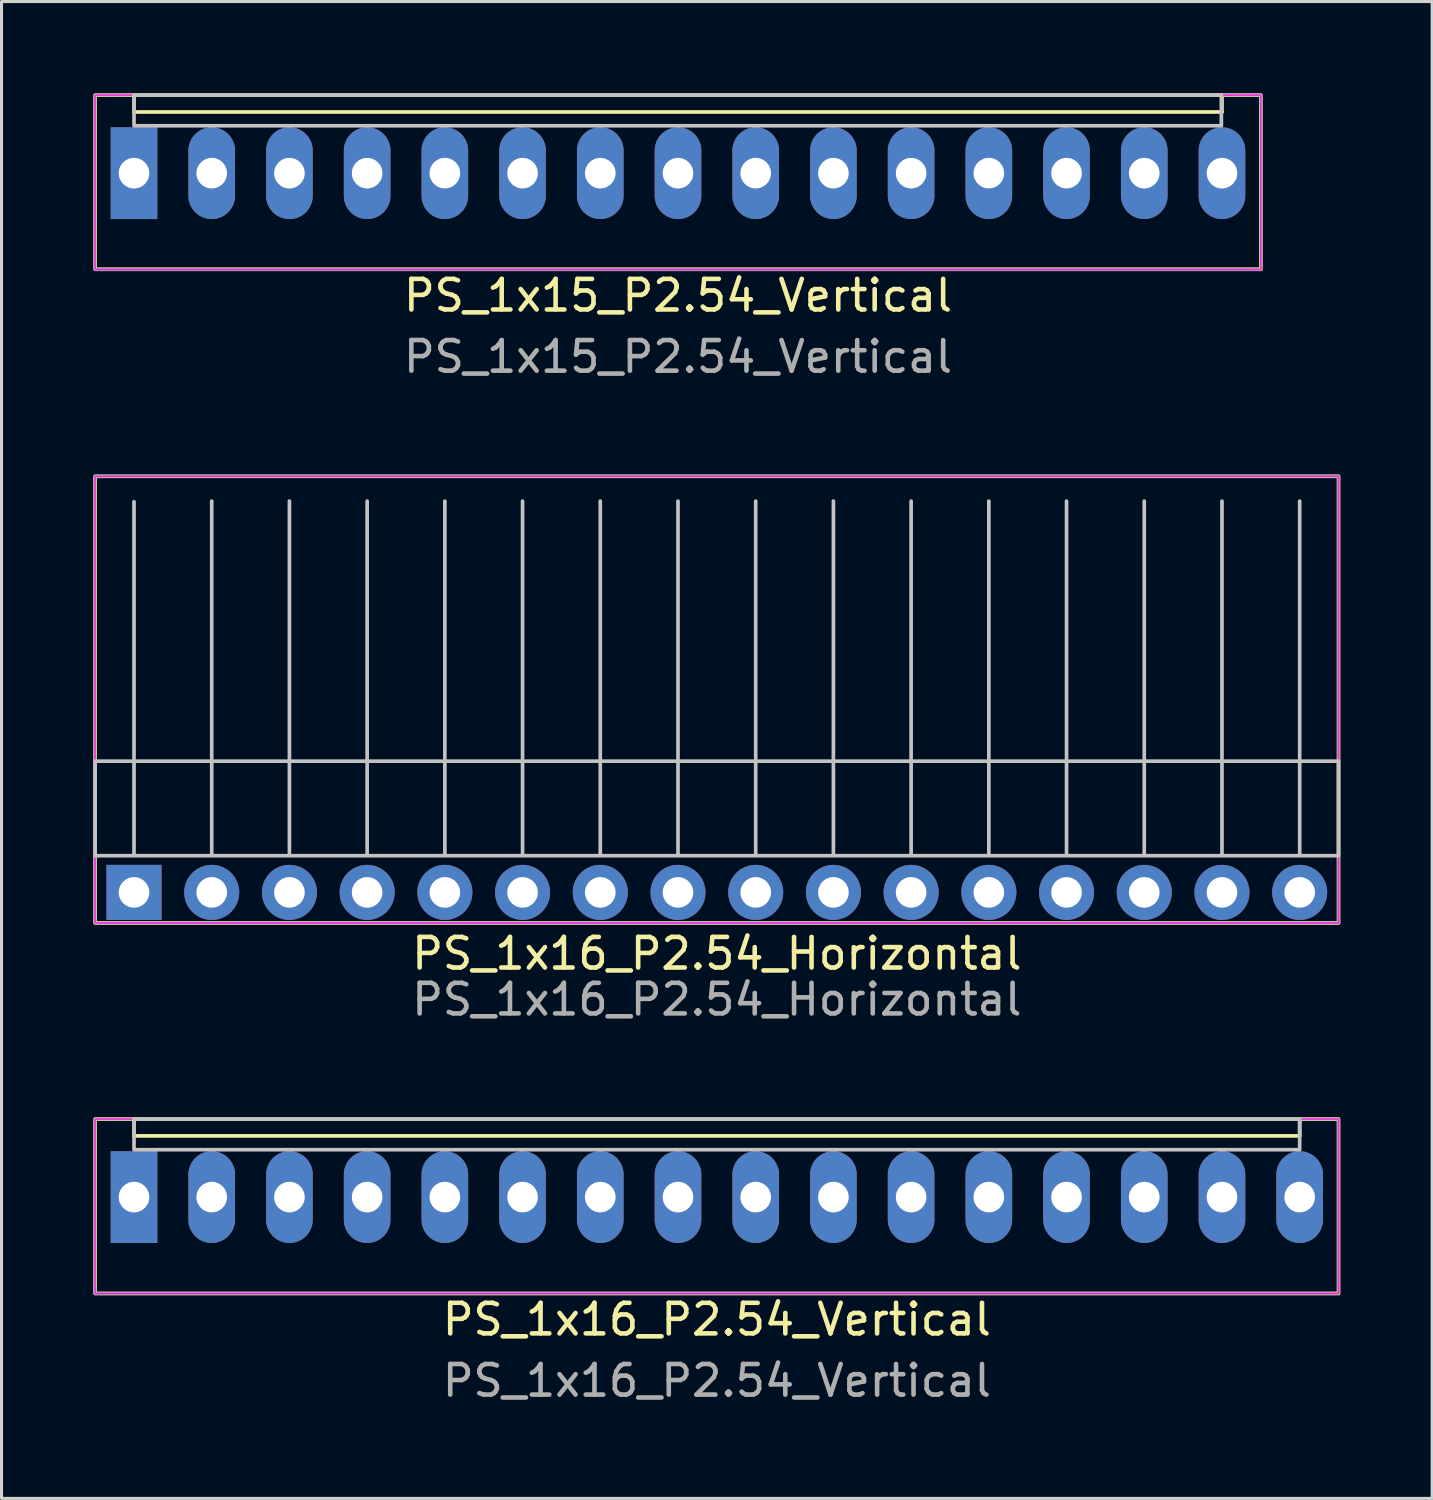
<source format=kicad_pcb>
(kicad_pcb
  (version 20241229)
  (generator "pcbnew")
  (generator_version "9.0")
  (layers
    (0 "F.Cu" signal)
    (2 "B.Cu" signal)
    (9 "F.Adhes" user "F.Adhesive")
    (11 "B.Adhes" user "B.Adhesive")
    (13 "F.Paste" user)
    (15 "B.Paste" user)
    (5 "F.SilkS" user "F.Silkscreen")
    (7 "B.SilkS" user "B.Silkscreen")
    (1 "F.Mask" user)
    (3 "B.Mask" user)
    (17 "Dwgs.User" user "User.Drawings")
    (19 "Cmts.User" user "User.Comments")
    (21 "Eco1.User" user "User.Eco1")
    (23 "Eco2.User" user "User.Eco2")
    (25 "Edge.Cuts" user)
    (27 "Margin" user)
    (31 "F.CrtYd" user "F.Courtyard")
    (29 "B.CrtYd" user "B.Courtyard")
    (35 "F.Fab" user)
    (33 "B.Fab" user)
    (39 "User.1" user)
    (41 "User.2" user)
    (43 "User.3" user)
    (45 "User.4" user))
  (footprint "PS_1x15_P2.54_Vertical"
    (layer "F.Cu")
    (at 1.33 2.61)
    (property "Reference" "PS_1x15_P2.54_Vertical" (at 17.78 4 0) (layer "F.SilkS") (effects (font (size 1 1) (thickness 0.15))))
    (attr through_hole)
    (fp_line (start 0 -2) (end 0 -2.55) (stroke (width 0.12) (type default)) (layer "F.SilkS"))
    (fp_line (start 0 -2) (end 35.56 -2) (stroke (width 0.12) (type default)) (layer "F.SilkS"))
    (fp_line (start 35.56 -2) (end 35.56 -2.55) (stroke (width 0.12) (type default)) (layer "F.SilkS"))
    (fp_rect (start -1.27 -2.55) (end 36.83 3.14) (stroke (width 0.12) (type default)) (fill no) (layer "F.SilkS"))
    (fp_rect (start 0 -2.55) (end 35.54 -1.55) (stroke (width 0.12) (type solid)) (fill no) (layer "Dwgs.User"))
    (fp_rect (start -1.27 -2.55) (end 36.83 3.15) (stroke (width 0.05) (type default)) (fill no) (layer "F.CrtYd"))
    (fp_rect (start -1.27 -2.55) (end 36.83 3.15) (stroke (width 0.1) (type default)) (fill no) (layer "F.Fab"))
    (fp_text user "${REFERENCE}" (at 17.78 6 0) (layer "F.Fab") (effects (font (size 1 1) (thickness 0.15))))
    (pad "1" thru_hole rect (at 0 0) (size 1.524 3) (drill 1) (layers "*.Cu" "*.Mask"))
    (pad "2" thru_hole oval (at 2.54 0) (size 1.524 3) (drill 1) (layers "*.Cu" "*.Mask"))
    (pad "3" thru_hole oval (at 5.08 0) (size 1.524 3) (drill 1) (layers "*.Cu" "*.Mask"))
    (pad "4" thru_hole oval (at 7.62 0) (size 1.524 3) (drill 1) (layers "*.Cu" "*.Mask"))
    (pad "5" thru_hole oval (at 10.16 0) (size 1.524 3) (drill 1) (layers "*.Cu" "*.Mask"))
    (pad "6" thru_hole oval (at 12.7 0) (size 1.524 3) (drill 1) (layers "*.Cu" "*.Mask"))
    (pad "7" thru_hole oval (at 15.24 0) (size 1.524 3) (drill 1) (layers "*.Cu" "*.Mask"))
    (pad "8" thru_hole oval (at 17.78 0) (size 1.524 3) (drill 1) (layers "*.Cu" "*.Mask"))
    (pad "9" thru_hole oval (at 20.32 0) (size 1.524 3) (drill 1) (layers "*.Cu" "*.Mask"))
    (pad "10" thru_hole oval (at 22.86 0) (size 1.524 3) (drill 1) (layers "*.Cu" "*.Mask"))
    (pad "11" thru_hole oval (at 25.4 0) (size 1.524 3) (drill 1) (layers "*.Cu" "*.Mask"))
    (pad "12" thru_hole oval (at 27.94 0) (size 1.524 3) (drill 1) (layers "*.Cu" "*.Mask"))
    (pad "13" thru_hole oval (at 30.48 0) (size 1.524 3) (drill 1) (layers "*.Cu" "*.Mask"))
    (pad "14" thru_hole oval (at 33.02 0) (size 1.524 3) (drill 1) (layers "*.Cu" "*.Mask"))
    (pad "15" thru_hole oval (at 35.56 0) (size 1.524 3) (drill 1) (layers "*.Cu" "*.Mask")))
  (footprint "PS_1x16_P2.54_Horizontal"
    (layer "F.Cu")
    (at 1.33 26.118)
    (property "Reference" "PS_1x16_P2.54_Horizontal" (at 19.05 2 0) (layer "F.SilkS") (effects (font (size 1 1) (thickness 0.15))))
    (attr through_hole)
    (fp_rect (start -1.27 -13.6) (end 39.37 1) (stroke (width 0.12) (type default)) (fill no) (layer "F.SilkS"))
    (fp_line (start 0 -1.27) (end 0 -12.77) (stroke (width 0.12) (type solid)) (layer "Dwgs.User"))
    (fp_line (start 2.54 -1.27) (end 2.54 -12.79) (stroke (width 0.12) (type solid)) (layer "Dwgs.User"))
    (fp_line (start 5.08 -1.27) (end 5.08 -12.79) (stroke (width 0.12) (type solid)) (layer "Dwgs.User"))
    (fp_line (start 7.62 -1.27) (end 7.62 -12.79) (stroke (width 0.12) (type solid)) (layer "Dwgs.User"))
    (fp_line (start 10.16 -1.27) (end 10.16 -12.79) (stroke (width 0.12) (type solid)) (layer "Dwgs.User"))
    (fp_line (start 12.7 -1.27) (end 12.7 -12.79) (stroke (width 0.12) (type solid)) (layer "Dwgs.User"))
    (fp_line (start 15.24 -1.27) (end 15.24 -12.79) (stroke (width 0.12) (type solid)) (layer "Dwgs.User"))
    (fp_line (start 17.78 -1.27) (end 17.78 -12.79) (stroke (width 0.12) (type solid)) (layer "Dwgs.User"))
    (fp_line (start 20.32 -1.27) (end 20.32 -12.79) (stroke (width 0.12) (type solid)) (layer "Dwgs.User"))
    (fp_line (start 22.86 -1.27) (end 22.86 -12.79) (stroke (width 0.12) (type solid)) (layer "Dwgs.User"))
    (fp_line (start 25.4 -1.27) (end 25.4 -12.79) (stroke (width 0.12) (type solid)) (layer "Dwgs.User"))
    (fp_line (start 27.94 -1.27) (end 27.94 -12.79) (stroke (width 0.12) (type solid)) (layer "Dwgs.User"))
    (fp_line (start 30.48 -1.27) (end 30.48 -12.79) (stroke (width 0.12) (type solid)) (layer "Dwgs.User"))
    (fp_line (start 33.02 -1.27) (end 33.02 -12.79) (stroke (width 0.12) (type solid)) (layer "Dwgs.User"))
    (fp_line (start 35.56 -1.27) (end 35.56 -12.79) (stroke (width 0.12) (type solid)) (layer "Dwgs.User"))
    (fp_line (start 38.1 -1.27) (end 38.1 -12.79) (stroke (width 0.12) (type solid)) (layer "Dwgs.User"))
    (fp_rect (start -1.27 -4.29) (end 39.37 -1.2) (stroke (width 0.12) (type solid)) (fill no) (layer "Dwgs.User"))
    (fp_rect (start -1.27 -13.6) (end 39.37 1) (stroke (width 0.05) (type default)) (fill no) (layer "F.CrtYd"))
    (fp_rect (start -1.27 -13.6) (end 39.37 1) (stroke (width 0.1) (type default)) (fill no) (layer "F.Fab"))
    (fp_text user "${REFERENCE}" (at 19.05 3.5 0) (layer "F.Fab") (effects (font (size 1 1) (thickness 0.15))))
    (pad "1" thru_hole rect (at 0 0) (size 1.8 1.8) (drill 1) (layers "*.Cu" "*.Mask"))
    (pad "2" thru_hole circle (at 2.54 0) (size 1.8 1.8) (drill 1) (layers "*.Cu" "*.Mask"))
    (pad "3" thru_hole circle (at 5.08 0) (size 1.8 1.8) (drill 1) (layers "*.Cu" "*.Mask"))
    (pad "4" thru_hole circle (at 7.62 0) (size 1.8 1.8) (drill 1) (layers "*.Cu" "*.Mask"))
    (pad "5" thru_hole circle (at 10.16 0) (size 1.8 1.8) (drill 1) (layers "*.Cu" "*.Mask"))
    (pad "6" thru_hole circle (at 12.7 0) (size 1.8 1.8) (drill 1) (layers "*.Cu" "*.Mask"))
    (pad "7" thru_hole circle (at 15.24 0) (size 1.8 1.8) (drill 1) (layers "*.Cu" "*.Mask"))
    (pad "8" thru_hole circle (at 17.78 0) (size 1.8 1.8) (drill 1) (layers "*.Cu" "*.Mask"))
    (pad "9" thru_hole circle (at 20.32 0) (size 1.8 1.8) (drill 1) (layers "*.Cu" "*.Mask"))
    (pad "10" thru_hole circle (at 22.86 0) (size 1.8 1.8) (drill 1) (layers "*.Cu" "*.Mask"))
    (pad "11" thru_hole circle (at 25.4 0) (size 1.8 1.8) (drill 1) (layers "*.Cu" "*.Mask"))
    (pad "12" thru_hole circle (at 27.94 0) (size 1.8 1.8) (drill 1) (layers "*.Cu" "*.Mask"))
    (pad "13" thru_hole circle (at 30.48 0) (size 1.8 1.8) (drill 1) (layers "*.Cu" "*.Mask"))
    (pad "14" thru_hole circle (at 33.02 0) (size 1.8 1.8) (drill 1) (layers "*.Cu" "*.Mask"))
    (pad "15" thru_hole circle (at 35.56 0) (size 1.8 1.8) (drill 1) (layers "*.Cu" "*.Mask"))
    (pad "16" thru_hole circle (at 38.1 0) (size 1.8 1.8) (drill 1) (layers "*.Cu" "*.Mask")))
  (footprint "PS_1x16_P2.54_Vertical"
    (layer "F.Cu")
    (at 1.33 36.077)
    (property "Reference" "PS_1x16_P2.54_Vertical" (at 19.05 4 0) (layer "F.SilkS") (effects (font (size 1 1) (thickness 0.15))))
    (attr through_hole)
    (fp_line (start 0 -2) (end 0 -2.55) (stroke (width 0.12) (type default)) (layer "F.SilkS"))
    (fp_line (start 0 -2) (end 38.1 -2) (stroke (width 0.12) (type default)) (layer "F.SilkS"))
    (fp_line (start 38.1 -2) (end 38.1 -2.55) (stroke (width 0.12) (type default)) (layer "F.SilkS"))
    (fp_rect (start -1.27 -2.55) (end 39.37 3.15) (stroke (width 0.12) (type default)) (fill no) (layer "F.SilkS"))
    (fp_rect (start 0 -2.55) (end 38.1 -1.55) (stroke (width 0.12) (type solid)) (fill no) (layer "Dwgs.User"))
    (fp_rect (start -1.27 -2.55) (end 39.37 3.15) (stroke (width 0.05) (type default)) (fill no) (layer "F.CrtYd"))
    (fp_rect (start -1.27 -2.55) (end 39.37 3.15) (stroke (width 0.1) (type default)) (fill no) (layer "F.Fab"))
    (fp_text user "${REFERENCE}" (at 19.05 6 0) (layer "F.Fab") (effects (font (size 1 1) (thickness 0.15))))
    (pad "1" thru_hole rect (at 0 0) (size 1.524 3) (drill 1) (layers "*.Cu" "*.Mask"))
    (pad "2" thru_hole oval (at 2.54 0) (size 1.524 3) (drill 1) (layers "*.Cu" "*.Mask"))
    (pad "3" thru_hole oval (at 5.08 0) (size 1.524 3) (drill 1) (layers "*.Cu" "*.Mask"))
    (pad "4" thru_hole oval (at 7.62 0) (size 1.524 3) (drill 1) (layers "*.Cu" "*.Mask"))
    (pad "5" thru_hole oval (at 10.16 0) (size 1.524 3) (drill 1) (layers "*.Cu" "*.Mask"))
    (pad "6" thru_hole oval (at 12.7 0) (size 1.524 3) (drill 1) (layers "*.Cu" "*.Mask"))
    (pad "7" thru_hole oval (at 15.24 0) (size 1.524 3) (drill 1) (layers "*.Cu" "*.Mask"))
    (pad "8" thru_hole oval (at 17.78 0) (size 1.524 3) (drill 1) (layers "*.Cu" "*.Mask"))
    (pad "9" thru_hole oval (at 20.32 0) (size 1.524 3) (drill 1) (layers "*.Cu" "*.Mask"))
    (pad "10" thru_hole oval (at 22.86 0) (size 1.524 3) (drill 1) (layers "*.Cu" "*.Mask"))
    (pad "11" thru_hole oval (at 25.4 0) (size 1.524 3) (drill 1) (layers "*.Cu" "*.Mask"))
    (pad "12" thru_hole oval (at 27.94 0) (size 1.524 3) (drill 1) (layers "*.Cu" "*.Mask"))
    (pad "13" thru_hole oval (at 30.48 0) (size 1.524 3) (drill 1) (layers "*.Cu" "*.Mask"))
    (pad "14" thru_hole oval (at 33.02 0) (size 1.524 3) (drill 1) (layers "*.Cu" "*.Mask"))
    (pad "15" thru_hole oval (at 35.56 0) (size 1.524 3) (drill 1) (layers "*.Cu" "*.Mask"))
    (pad "16" thru_hole oval (at 38.1 0) (size 1.524 3) (drill 1) (layers "*.Cu" "*.Mask")))
  (gr_rect
    (start -3 -3)
    (end 43.76 45.925)
    (stroke (width 0.1) (type default))
    (fill no)
    (layer "Edge.Cuts")))
</source>
